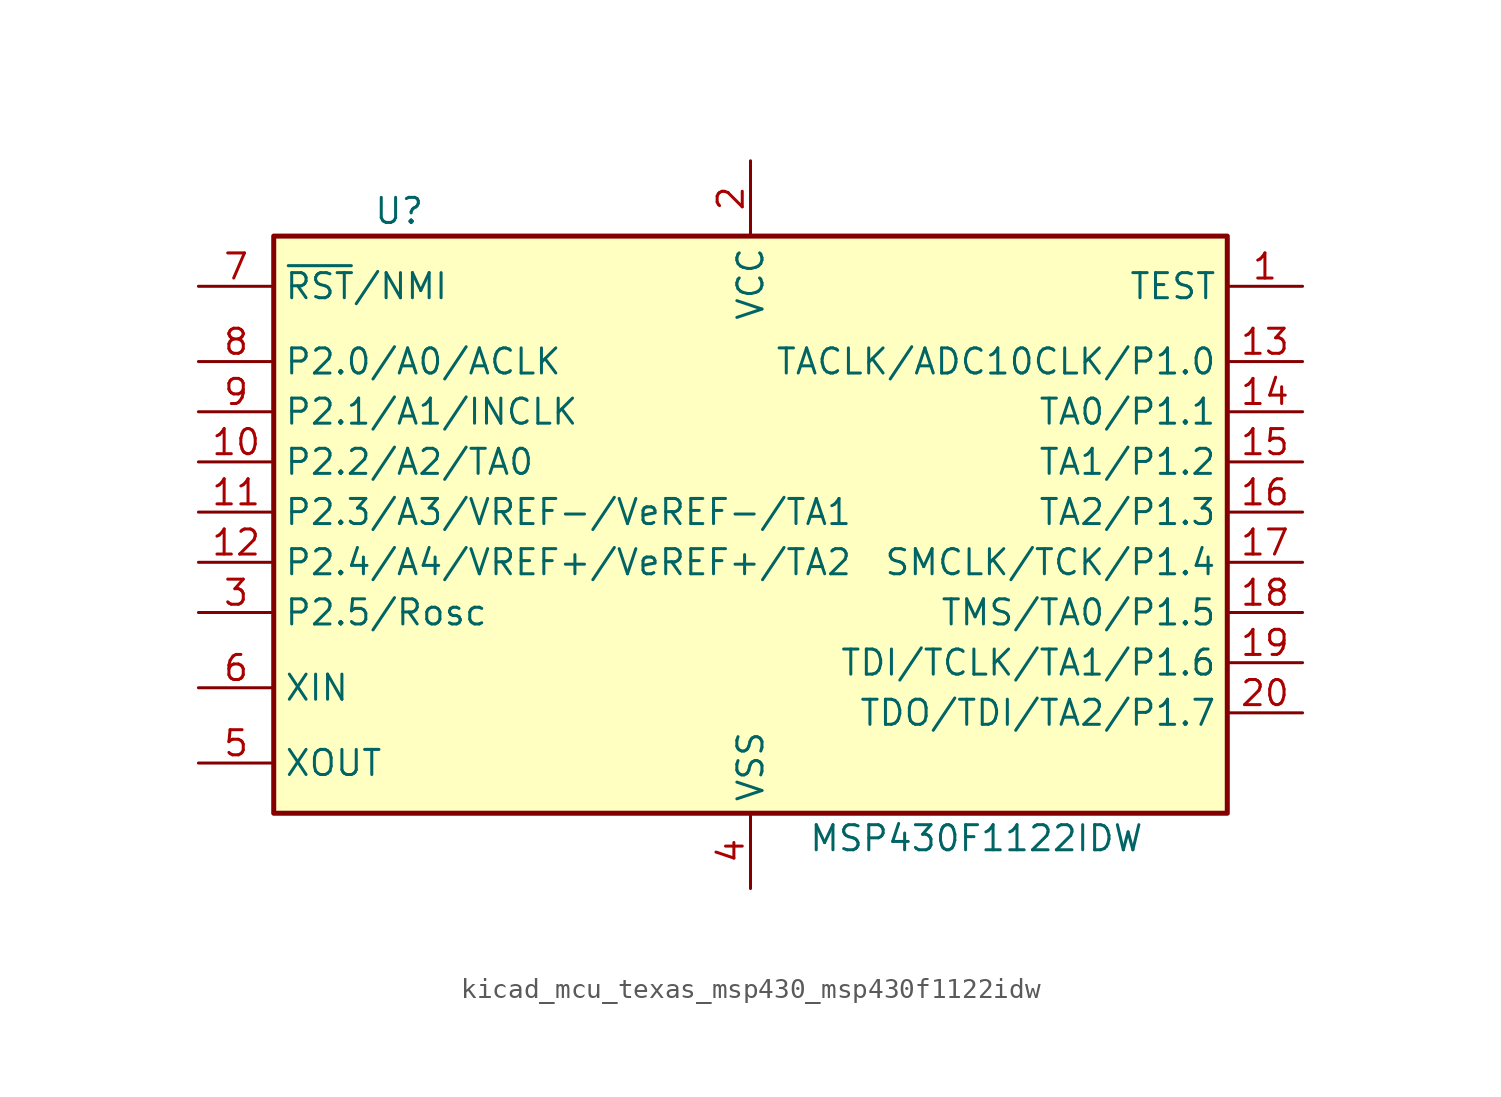
<source format=kicad_sym>
(kicad_symbol_lib
  (version 20220914)
  (generator kicad_symbol_editor)
  (symbol "kicad_mcu_texas_msp430_msp430f1122idw"
    (property "Reference" "U"
      (at -17.78 15.24 0)
      (effects (font (size 1.27 1.27))))
    (property "Value" "MSP430F1122IDW"
      (at 11.43 -16.51 0)
      (effects (font (size 1.27 1.27))))
    (symbol "kicad_mcu_texas_msp430_msp430f1122idw_0_1"
      (rectangle (start -24.13 13.97) (end 24.13 -15.24) (stroke (width 0.254) (type default)) (fill (type background))))
    (symbol "kicad_mcu_texas_msp430_msp430f1122idw_1_1"
      (pin input line (at 27.94 11.43 180) (length 3.81) (name "TEST" (effects (font (size 1.27 1.27)))) (number "1" (effects (font (size 1.27 1.27)))))
      (pin bidirectional line (at -27.94 2.54 0) (length 3.81) (name "P2.2/A2/TA0" (effects (font (size 1.27 1.27)))) (number "10" (effects (font (size 1.27 1.27)))))
      (pin bidirectional line (at -27.94 0 0) (length 3.81) (name "P2.3/A3/VREF-/VeREF-/TA1" (effects (font (size 1.27 1.27)))) (number "11" (effects (font (size 1.27 1.27)))))
      (pin bidirectional line (at -27.94 -2.54 0) (length 3.81) (name "P2.4/A4/VREF+/VeREF+/TA2" (effects (font (size 1.27 1.27)))) (number "12" (effects (font (size 1.27 1.27)))))
      (pin bidirectional line (at 27.94 7.62 180) (length 3.81) (name "TACLK/ADC10CLK/P1.0" (effects (font (size 1.27 1.27)))) (number "13" (effects (font (size 1.27 1.27)))))
      (pin bidirectional line (at 27.94 5.08 180) (length 3.81) (name "TA0/P1.1" (effects (font (size 1.27 1.27)))) (number "14" (effects (font (size 1.27 1.27)))))
      (pin bidirectional line (at 27.94 2.54 180) (length 3.81) (name "TA1/P1.2" (effects (font (size 1.27 1.27)))) (number "15" (effects (font (size 1.27 1.27)))))
      (pin bidirectional line (at 27.94 0 180) (length 3.81) (name "TA2/P1.3" (effects (font (size 1.27 1.27)))) (number "16" (effects (font (size 1.27 1.27)))))
      (pin bidirectional line (at 27.94 -2.54 180) (length 3.81) (name "SMCLK/TCK/P1.4" (effects (font (size 1.27 1.27)))) (number "17" (effects (font (size 1.27 1.27)))))
      (pin bidirectional line (at 27.94 -5.08 180) (length 3.81) (name "TMS/TA0/P1.5" (effects (font (size 1.27 1.27)))) (number "18" (effects (font (size 1.27 1.27)))))
      (pin bidirectional line (at 27.94 -7.62 180) (length 3.81) (name "TDI/TCLK/TA1/P1.6" (effects (font (size 1.27 1.27)))) (number "19" (effects (font (size 1.27 1.27)))))
      (pin power_in line (at 0 17.78 270) (length 3.81) (name "VCC" (effects (font (size 1.27 1.27)))) (number "2" (effects (font (size 1.27 1.27)))))
      (pin bidirectional line (at 27.94 -10.16 180) (length 3.81) (name "TDO/TDI/TA2/P1.7" (effects (font (size 1.27 1.27)))) (number "20" (effects (font (size 1.27 1.27)))))
      (pin bidirectional line (at -27.94 -5.08 0) (length 3.81) (name "P2.5/Rosc" (effects (font (size 1.27 1.27)))) (number "3" (effects (font (size 1.27 1.27)))))
      (pin power_in line (at 0 -19.05 90) (length 3.81) (name "VSS" (effects (font (size 1.27 1.27)))) (number "4" (effects (font (size 1.27 1.27)))))
      (pin output line (at -27.94 -12.7 0) (length 3.81) (name "XOUT" (effects (font (size 1.27 1.27)))) (number "5" (effects (font (size 1.27 1.27)))))
      (pin input line (at -27.94 -8.89 0) (length 3.81) (name "XIN" (effects (font (size 1.27 1.27)))) (number "6" (effects (font (size 1.27 1.27)))))
      (pin input line (at -27.94 11.43 0) (length 3.81) (name "~{RST}/NMI" (effects (font (size 1.27 1.27)))) (number "7" (effects (font (size 1.27 1.27)))))
      (pin bidirectional line (at -27.94 7.62 0) (length 3.81) (name "P2.0/A0/ACLK" (effects (font (size 1.27 1.27)))) (number "8" (effects (font (size 1.27 1.27)))))
      (pin bidirectional line (at -27.94 5.08 0) (length 3.81) (name "P2.1/A1/INCLK" (effects (font (size 1.27 1.27)))) (number "9" (effects (font (size 1.27 1.27))))))))
</source>
